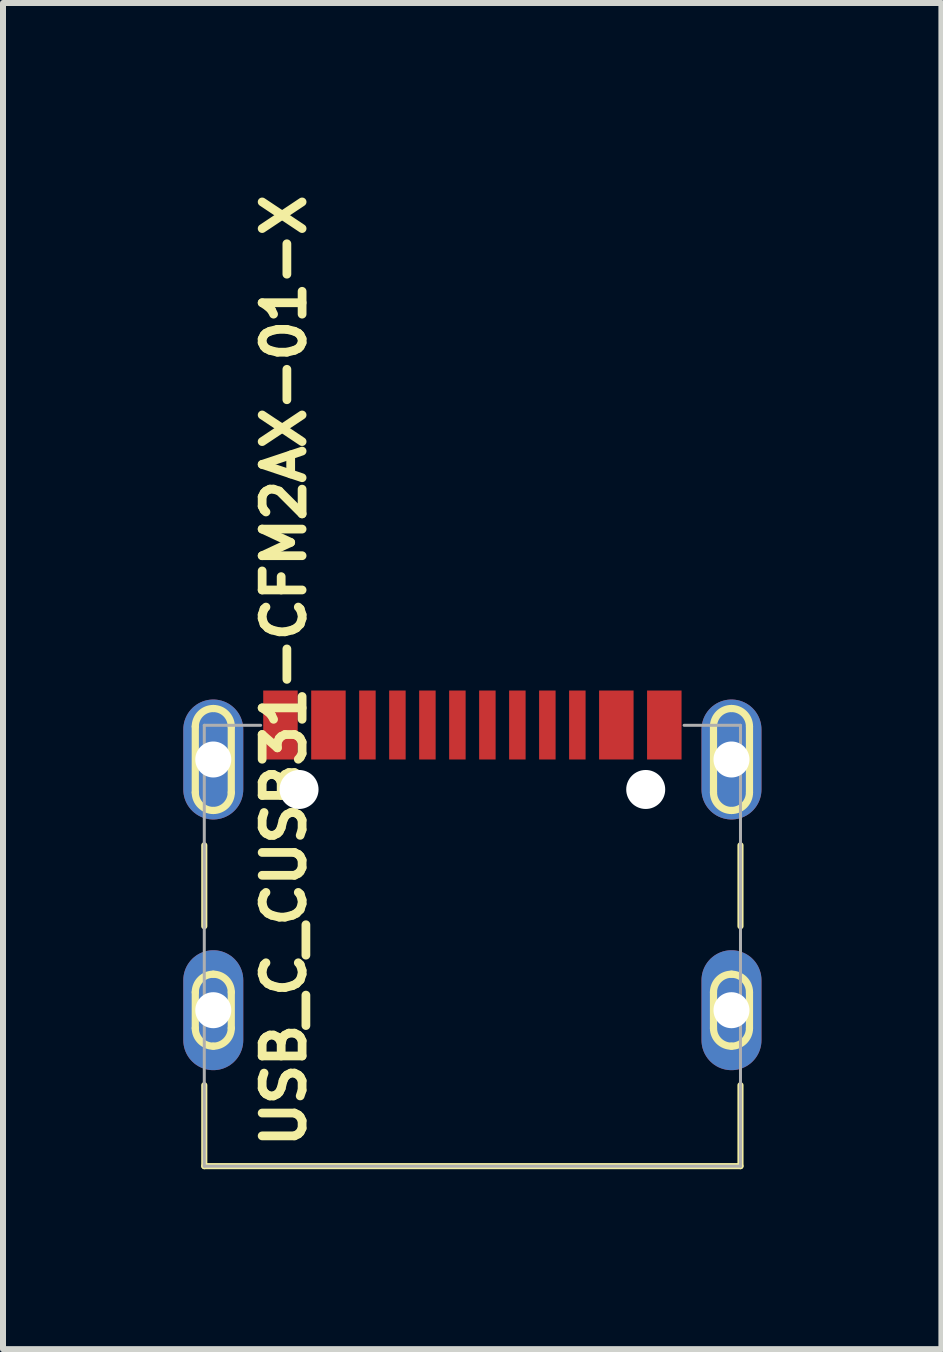
<source format=kicad_pcb>
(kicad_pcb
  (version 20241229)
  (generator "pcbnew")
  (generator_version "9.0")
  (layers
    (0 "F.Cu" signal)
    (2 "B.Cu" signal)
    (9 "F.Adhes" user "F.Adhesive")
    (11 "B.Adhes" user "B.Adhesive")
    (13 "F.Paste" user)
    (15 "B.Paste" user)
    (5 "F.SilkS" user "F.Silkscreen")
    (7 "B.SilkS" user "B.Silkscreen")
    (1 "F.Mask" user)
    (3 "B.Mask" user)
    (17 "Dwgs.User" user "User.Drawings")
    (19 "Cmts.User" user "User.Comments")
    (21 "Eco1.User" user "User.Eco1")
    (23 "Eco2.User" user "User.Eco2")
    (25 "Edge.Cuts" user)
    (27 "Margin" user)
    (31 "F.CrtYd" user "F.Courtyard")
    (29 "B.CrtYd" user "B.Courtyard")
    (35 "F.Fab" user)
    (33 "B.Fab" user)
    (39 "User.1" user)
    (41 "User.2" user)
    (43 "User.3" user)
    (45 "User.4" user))
  (footprint "USB_C_CUSB31-CFM2AX-01-X"
    (layer "F.Cu")
    (at 4.826 12.583)
    (property "Reference" "USB_C_CUSB31-CFM2AX-01-X" (at -2.75 3.56 90) (layer "F.SilkS") (effects (font (size 0.666 0.666) (thickness 0.146)) (justify left bottom)))
    (fp_line (start -4.62 -2.42) (end -4.62 -3.52) (stroke (width 0.12) (type solid)) (layer "F.SilkS"))
    (fp_line (start -4.62 1.51) (end -4.62 0.91) (stroke (width 0.12) (type solid)) (layer "F.SilkS"))
    (fp_line (start -4.47 -0.19) (end -4.47 -1.54) (stroke (width 0.102) (type solid)) (layer "F.SilkS"))
    (fp_line (start -4.47 3.81) (end -4.47 2.46) (stroke (width 0.102) (type solid)) (layer "F.SilkS"))
    (fp_line (start -4.02 -3.52) (end -4.02 -2.42) (stroke (width 0.12) (type solid)) (layer "F.SilkS"))
    (fp_line (start -4.02 0.91) (end -4.02 1.51) (stroke (width 0.12) (type solid)) (layer "F.SilkS"))
    (fp_line (start 4.02 -2.42) (end 4.02 -3.52) (stroke (width 0.12) (type solid)) (layer "F.SilkS"))
    (fp_line (start 4.02 1.51) (end 4.02 0.91) (stroke (width 0.12) (type solid)) (layer "F.SilkS"))
    (fp_line (start 4.47 -1.54) (end 4.47 -0.19) (stroke (width 0.102) (type solid)) (layer "F.SilkS"))
    (fp_line (start 4.47 2.46) (end 4.47 3.81) (stroke (width 0.102) (type solid)) (layer "F.SilkS"))
    (fp_line (start 4.47 3.81) (end -4.47 3.81) (stroke (width 0.102) (type solid)) (layer "F.SilkS"))
    (fp_line (start 4.62 -3.52) (end 4.62 -2.42) (stroke (width 0.12) (type solid)) (layer "F.SilkS"))
    (fp_line (start 4.62 0.91) (end 4.62 1.51) (stroke (width 0.12) (type solid)) (layer "F.SilkS"))
    (fp_arc (start -4.62 -3.52) (mid -4.532132 -3.732132) (end -4.32 -3.82) (stroke (width 0.12) (type solid)) (layer "F.SilkS"))
    (fp_arc (start -4.62 0.91) (mid -4.532132 0.697868) (end -4.32 0.61) (stroke (width 0.12) (type solid)) (layer "F.SilkS"))
    (fp_arc (start -4.32 -3.82) (mid -4.107868 -3.732132) (end -4.02 -3.52) (stroke (width 0.12) (type solid)) (layer "F.SilkS"))
    (fp_arc (start -4.32 -2.12) (mid -4.532132 -2.207868) (end -4.62 -2.42) (stroke (width 0.12) (type solid)) (layer "F.SilkS"))
    (fp_arc (start -4.32 0.61) (mid -4.107868 0.697868) (end -4.02 0.91) (stroke (width 0.12) (type solid)) (layer "F.SilkS"))
    (fp_arc (start -4.32 1.81) (mid -4.532132 1.722132) (end -4.62 1.51) (stroke (width 0.12) (type solid)) (layer "F.SilkS"))
    (fp_arc (start -4.02 -2.42) (mid -4.107868 -2.207868) (end -4.32 -2.12) (stroke (width 0.12) (type solid)) (layer "F.SilkS"))
    (fp_arc (start -4.02 1.51) (mid -4.107868 1.722132) (end -4.32 1.81) (stroke (width 0.12) (type solid)) (layer "F.SilkS"))
    (fp_arc (start 4.02 -3.52) (mid 4.107868 -3.732132) (end 4.32 -3.82) (stroke (width 0.12) (type solid)) (layer "F.SilkS"))
    (fp_arc (start 4.02 0.91) (mid 4.107868 0.697868) (end 4.32 0.61) (stroke (width 0.12) (type solid)) (layer "F.SilkS"))
    (fp_arc (start 4.32 -3.82) (mid 4.532132 -3.732132) (end 4.62 -3.52) (stroke (width 0.12) (type solid)) (layer "F.SilkS"))
    (fp_arc (start 4.32 -2.12) (mid 4.107868 -2.207868) (end 4.02 -2.42) (stroke (width 0.12) (type solid)) (layer "F.SilkS"))
    (fp_arc (start 4.32 0.61) (mid 4.532132 0.697868) (end 4.62 0.91) (stroke (width 0.12) (type solid)) (layer "F.SilkS"))
    (fp_arc (start 4.32 1.81) (mid 4.107868 1.722132) (end 4.02 1.51) (stroke (width 0.12) (type solid)) (layer "F.SilkS"))
    (fp_arc (start 4.62 -2.42) (mid 4.532132 -2.207868) (end 4.32 -2.12) (stroke (width 0.12) (type solid)) (layer "F.SilkS"))
    (fp_arc (start 4.62 1.51) (mid 4.532132 1.722132) (end 4.32 1.81) (stroke (width 0.12) (type solid)) (layer "F.SilkS"))
    (fp_poly (pts (xy -4.169 -3.939) (xy -4.034 -3.87) (xy -3.928 -3.763) (xy -3.835 -3.48) (xy -3.835 -2.464) (xy -3.859 -2.315) (xy -3.928 -2.18) (xy -4.034 -2.073) (xy -4.318 -1.981) (xy -4.449 -1.999) (xy -4.572 -2.049) (xy -4.677 -2.13) (xy -4.758 -2.235) (xy -4.826 -2.489) (xy -4.826 -3.454) (xy -4.809 -3.586) (xy -4.758 -3.708) (xy -4.677 -3.814) (xy -4.572 -3.894) (xy -4.318 -3.962)) (stroke (width 0) (type solid)) (fill yes) (layer "F.Paste"))
    (fp_poly (pts (xy -4.156 0.24) (xy -4.022 0.308) (xy -3.915 0.415) (xy -3.823 0.699) (xy -3.823 1.714) (xy -3.846 1.864) (xy -3.915 1.998) (xy -4.022 2.105) (xy -4.305 2.197) (xy -4.437 2.18) (xy -4.559 2.129) (xy -4.665 2.048) (xy -4.745 1.943) (xy -4.813 1.689) (xy -4.813 0.724) (xy -4.796 0.592) (xy -4.745 0.47) (xy -4.665 0.365) (xy -4.559 0.284) (xy -4.305 0.216)) (stroke (width 0) (type solid)) (fill yes) (layer "F.Paste"))
    (fp_poly (pts (xy 4.48 -3.951) (xy 4.614 -3.883) (xy 4.721 -3.776) (xy 4.813 -3.493) (xy 4.813 -2.477) (xy 4.79 -2.327) (xy 4.721 -2.193) (xy 4.614 -2.086) (xy 4.331 -1.994) (xy 4.199 -2.011) (xy 4.077 -2.062) (xy 3.971 -2.143) (xy 3.891 -2.248) (xy 3.823 -2.502) (xy 3.823 -3.467) (xy 3.84 -3.599) (xy 3.891 -3.721) (xy 3.971 -3.826) (xy 4.077 -3.907) (xy 4.331 -3.975)) (stroke (width 0) (type solid)) (fill yes) (layer "F.Paste"))
    (fp_poly (pts (xy 4.48 0.24) (xy 4.614 0.308) (xy 4.721 0.415) (xy 4.813 0.699) (xy 4.813 1.714) (xy 4.79 1.864) (xy 4.721 1.998) (xy 4.614 2.105) (xy 4.331 2.197) (xy 4.199 2.18) (xy 4.077 2.129) (xy 3.971 2.048) (xy 3.891 1.943) (xy 3.823 1.689) (xy 3.823 0.724) (xy 3.84 0.592) (xy 3.891 0.47) (xy 3.971 0.365) (xy 4.077 0.284) (xy 4.331 0.216)) (stroke (width 0) (type solid)) (fill yes) (layer "F.Paste"))
    (fp_line (start -4.47 -3.54) (end -3.53 -3.54) (stroke (width 0.05) (type solid)) (layer "F.Fab"))
    (fp_line (start -4.47 3.81) (end -4.47 -3.54) (stroke (width 0.05) (type solid)) (layer "F.Fab"))
    (fp_line (start 3.53 -3.54) (end 4.47 -3.54) (stroke (width 0.05) (type solid)) (layer "F.Fab"))
    (fp_line (start 4.47 -3.54) (end 4.47 3.81) (stroke (width 0.05) (type solid)) (layer "F.Fab"))
    (fp_line (start 4.47 3.81) (end -4.47 3.81) (stroke (width 0.05) (type solid)) (layer "F.Fab"))
    (pad "" np_thru_hole circle (at -2.89 -2.47) (size 0.65 0.65) (drill 0.65) (layers "*.Cu" "*.Mask"))
    (pad "" np_thru_hole circle (at 2.89 -2.47) (size 0.65 0.65) (drill 0.65) (layers "*.Cu" "*.Mask"))
    (pad "A1B12" smd rect (at -3.2 -3.545) (size 0.575 1.15) (layers "F.Cu" "F.Mask" "F.Paste"))
    (pad "A4B9" smd rect (at -2.4 -3.545) (size 0.575 1.15) (layers "F.Cu" "F.Mask" "F.Paste"))
    (pad "A5" smd rect (at -1.25 -3.545) (size 0.275 1.15) (layers "F.Cu" "F.Mask" "F.Paste"))
    (pad "A6" smd rect (at -0.25 -3.545) (size 0.275 1.15) (layers "F.Cu" "F.Mask" "F.Paste"))
    (pad "A7" smd rect (at 0.25 -3.545) (size 0.275 1.15) (layers "F.Cu" "F.Mask" "F.Paste"))
    (pad "A8" smd rect (at 1.25 -3.545) (size 0.275 1.15) (layers "F.Cu" "F.Mask" "F.Paste"))
    (pad "B1A12" smd rect (at 3.2 -3.545) (size 0.575 1.15) (layers "F.Cu" "F.Mask" "F.Paste"))
    (pad "B4A9" smd rect (at 2.4 -3.545) (size 0.575 1.15) (layers "F.Cu" "F.Mask" "F.Paste"))
    (pad "B5" smd rect (at 1.75 -3.545) (size 0.275 1.15) (layers "F.Cu" "F.Mask" "F.Paste"))
    (pad "B6" smd rect (at 0.75 -3.545) (size 0.275 1.15) (layers "F.Cu" "F.Mask" "F.Paste"))
    (pad "B7" smd rect (at -0.75 -3.545) (size 0.275 1.15) (layers "F.Cu" "F.Mask" "F.Paste"))
    (pad "B8" smd rect (at -1.75 -3.545) (size 0.275 1.15) (layers "F.Cu" "F.Mask" "F.Paste"))
    (pad "M1" thru_hole oval (at -4.32 -2.97 90) (size 2 1) (drill 0.6) (layers "*.Cu" "*.Mask"))
    (pad "M2" thru_hole oval (at 4.32 -2.97 90) (size 2 1) (drill 0.6) (layers "*.Cu" "*.Mask"))
    (pad "M3" thru_hole oval (at -4.32 1.21 90) (size 2 1) (drill 0.6) (layers "*.Cu" "*.Mask"))
    (pad "M4" thru_hole oval (at 4.32 1.21 90) (size 2 1) (drill 0.6) (layers "*.Cu" "*.Mask")))
  (gr_rect
    (start -3 -3)
    (end 12.646 19.444)
    (stroke (width 0.1) (type default))
    (fill no)
    (layer "Edge.Cuts")))
</source>
